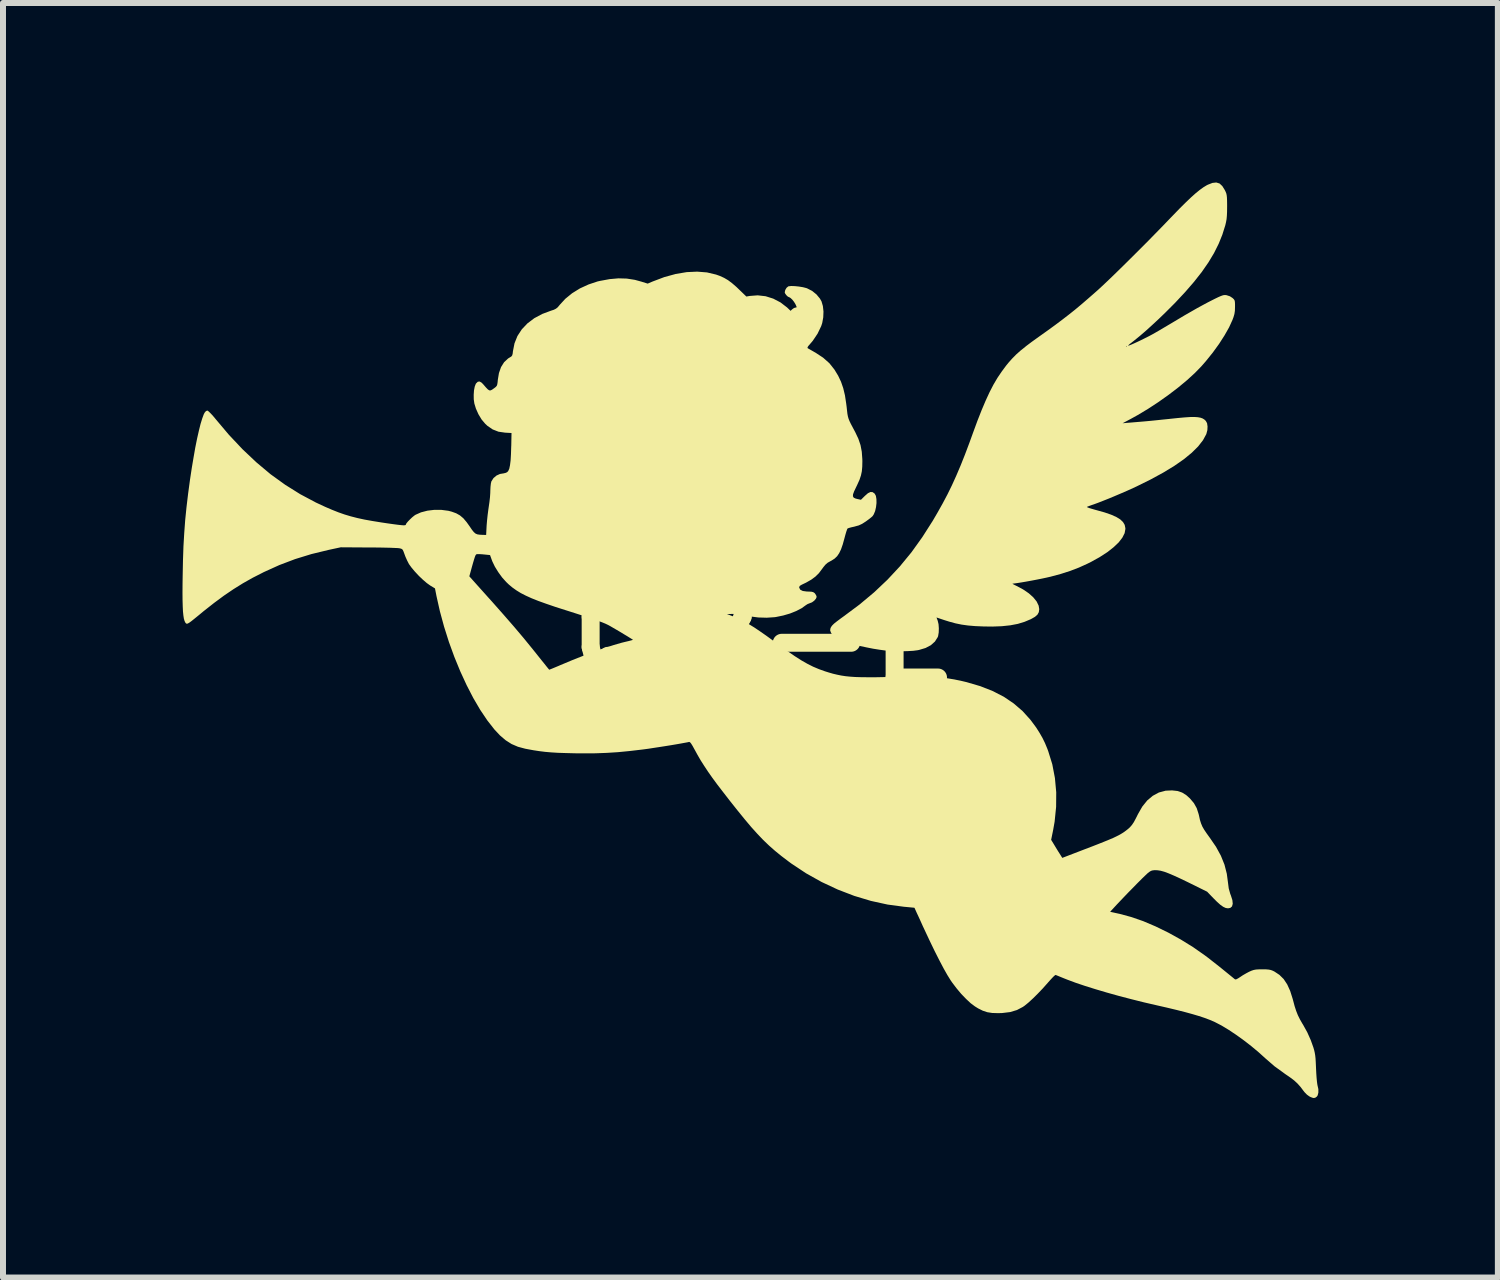
<source format=kicad_pcb>
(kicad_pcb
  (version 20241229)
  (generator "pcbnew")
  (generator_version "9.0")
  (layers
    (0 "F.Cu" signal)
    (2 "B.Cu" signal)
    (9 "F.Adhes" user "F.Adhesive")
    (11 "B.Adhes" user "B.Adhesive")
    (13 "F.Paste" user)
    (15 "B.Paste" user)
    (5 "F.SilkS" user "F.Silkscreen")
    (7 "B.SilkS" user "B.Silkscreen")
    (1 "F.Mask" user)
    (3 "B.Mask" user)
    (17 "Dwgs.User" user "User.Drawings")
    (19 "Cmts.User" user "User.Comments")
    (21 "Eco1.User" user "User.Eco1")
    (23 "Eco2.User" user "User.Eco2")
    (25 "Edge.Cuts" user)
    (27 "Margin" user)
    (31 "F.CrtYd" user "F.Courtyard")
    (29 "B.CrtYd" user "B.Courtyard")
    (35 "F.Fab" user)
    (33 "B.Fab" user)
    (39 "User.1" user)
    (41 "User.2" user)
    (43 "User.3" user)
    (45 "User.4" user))
  (footprint "QP-L"
    (layer "F.Cu")
    (at 9.652 7.584)
    (property "Reference" "QP-L" (at 0 0 0) (layer "F.SilkS") (effects (font (size 1.524 1.524) (thickness 0.3))))
    (attr board_only exclude_from_pos_files exclude_from_bom)
    (fp_poly (pts (xy 7.681 -7.567) (xy 7.727 -7.524) (xy 7.768 -7.458) (xy 7.783 -7.427) (xy 7.794 -7.399) (xy 7.8 -7.37) (xy 7.804 -7.334) (xy 7.806 -7.285) (xy 7.807 -7.217) (xy 7.807 -7.18) (xy 7.806 -7.093) (xy 7.803 -7.026) (xy 7.798 -6.971) (xy 7.789 -6.922) (xy 7.777 -6.87) (xy 7.776 -6.867) (xy 7.727 -6.711) (xy 7.665 -6.558) (xy 7.588 -6.404) (xy 7.495 -6.249) (xy 7.384 -6.089) (xy 7.255 -5.925) (xy 7.106 -5.753) (xy 6.936 -5.571) (xy 6.771 -5.406) (xy 6.662 -5.301) (xy 6.552 -5.199) (xy 6.446 -5.103) (xy 6.347 -5.018) (xy 6.26 -4.947) (xy 6.214 -4.911) (xy 6.18 -4.885) (xy 6.158 -4.865) (xy 6.152 -4.857) (xy 6.166 -4.859) (xy 6.2 -4.872) (xy 6.248 -4.893) (xy 6.307 -4.92) (xy 6.372 -4.951) (xy 6.438 -4.984) (xy 6.502 -5.016) (xy 6.556 -5.045) (xy 6.604 -5.072) (xy 6.67 -5.11) (xy 6.749 -5.157) (xy 6.837 -5.209) (xy 6.928 -5.263) (xy 7 -5.306) (xy 7.097 -5.364) (xy 7.2 -5.423) (xy 7.303 -5.482) (xy 7.4 -5.535) (xy 7.484 -5.58) (xy 7.527 -5.602) (xy 7.604 -5.641) (xy 7.662 -5.669) (xy 7.704 -5.687) (xy 7.735 -5.698) (xy 7.759 -5.703) (xy 7.781 -5.703) (xy 7.799 -5.7) (xy 7.854 -5.682) (xy 7.898 -5.653) (xy 7.919 -5.633) (xy 7.931 -5.615) (xy 7.937 -5.59) (xy 7.939 -5.552) (xy 7.939 -5.504) (xy 7.937 -5.439) (xy 7.929 -5.386) (xy 7.913 -5.331) (xy 7.896 -5.286) (xy 7.84 -5.163) (xy 7.764 -5.029) (xy 7.673 -4.887) (xy 7.568 -4.742) (xy 7.452 -4.598) (xy 7.378 -4.513) (xy 7.268 -4.4) (xy 7.138 -4.281) (xy 6.99 -4.158) (xy 6.829 -4.035) (xy 6.66 -3.915) (xy 6.486 -3.801) (xy 6.311 -3.696) (xy 6.199 -3.634) (xy 6.06 -3.56) (xy 6.133 -3.567) (xy 6.176 -3.57) (xy 6.236 -3.575) (xy 6.307 -3.581) (xy 6.38 -3.587) (xy 6.448 -3.593) (xy 6.534 -3.601) (xy 6.633 -3.611) (xy 6.737 -3.622) (xy 6.838 -3.632) (xy 6.853 -3.634) (xy 6.987 -3.648) (xy 7.098 -3.658) (xy 7.188 -3.664) (xy 7.26 -3.665) (xy 7.317 -3.661) (xy 7.362 -3.653) (xy 7.398 -3.64) (xy 7.427 -3.622) (xy 7.451 -3.599) (xy 7.472 -3.561) (xy 7.48 -3.506) (xy 7.477 -3.445) (xy 7.461 -3.385) (xy 7.459 -3.378) (xy 7.404 -3.277) (xy 7.323 -3.173) (xy 7.216 -3.067) (xy 7.083 -2.958) (xy 6.925 -2.848) (xy 6.741 -2.736) (xy 6.532 -2.622) (xy 6.298 -2.506) (xy 6.238 -2.478) (xy 6.145 -2.436) (xy 6.044 -2.392) (xy 5.938 -2.347) (xy 5.833 -2.303) (xy 5.735 -2.264) (xy 5.648 -2.23) (xy 5.577 -2.204) (xy 5.547 -2.194) (xy 5.505 -2.179) (xy 5.474 -2.167) (xy 5.463 -2.161) (xy 5.472 -2.155) (xy 5.502 -2.143) (xy 5.549 -2.129) (xy 5.608 -2.112) (xy 5.623 -2.108) (xy 5.759 -2.07) (xy 5.869 -2.032) (xy 5.956 -1.993) (xy 6.021 -1.953) (xy 6.067 -1.909) (xy 6.095 -1.862) (xy 6.106 -1.809) (xy 6.107 -1.794) (xy 6.094 -1.723) (xy 6.056 -1.648) (xy 5.995 -1.569) (xy 5.911 -1.489) (xy 5.807 -1.407) (xy 5.682 -1.326) (xy 5.539 -1.246) (xy 5.473 -1.213) (xy 5.33 -1.148) (xy 5.184 -1.092) (xy 5.028 -1.042) (xy 4.854 -0.995) (xy 4.849 -0.994) (xy 4.788 -0.98) (xy 4.713 -0.964) (xy 4.628 -0.947) (xy 4.539 -0.93) (xy 4.451 -0.914) (xy 4.369 -0.9) (xy 4.299 -0.889) (xy 4.246 -0.882) (xy 4.22 -0.879) (xy 4.224 -0.874) (xy 4.248 -0.861) (xy 4.286 -0.842) (xy 4.289 -0.841) (xy 4.397 -0.783) (xy 4.491 -0.719) (xy 4.567 -0.651) (xy 4.623 -0.582) (xy 4.657 -0.512) (xy 4.667 -0.453) (xy 4.66 -0.403) (xy 4.637 -0.361) (xy 4.596 -0.325) (xy 4.531 -0.288) (xy 4.53 -0.287) (xy 4.423 -0.242) (xy 4.309 -0.207) (xy 4.183 -0.183) (xy 4.042 -0.168) (xy 3.882 -0.162) (xy 3.733 -0.164) (xy 3.595 -0.17) (xy 3.476 -0.18) (xy 3.369 -0.195) (xy 3.267 -0.216) (xy 3.161 -0.245) (xy 3.078 -0.271) (xy 2.95 -0.314) (xy 2.97 -0.26) (xy 2.984 -0.202) (xy 2.989 -0.133) (xy 2.987 -0.064) (xy 2.977 -0.004) (xy 2.97 0.015) (xy 2.924 0.088) (xy 2.856 0.149) (xy 2.767 0.196) (xy 2.657 0.229) (xy 2.63 0.234) (xy 2.56 0.243) (xy 2.472 0.248) (xy 2.372 0.251) (xy 2.269 0.25) (xy 2.171 0.245) (xy 2.093 0.238) (xy 1.998 0.225) (xy 1.891 0.208) (xy 1.78 0.186) (xy 1.669 0.162) (xy 1.563 0.136) (xy 1.469 0.111) (xy 1.391 0.086) (xy 1.344 0.069) (xy 1.28 0.034) (xy 1.228 -0.007) (xy 1.191 -0.05) (xy 1.174 -0.092) (xy 1.173 -0.1) (xy 1.176 -0.127) (xy 1.186 -0.152) (xy 1.205 -0.179) (xy 1.237 -0.211) (xy 1.285 -0.249) (xy 1.35 -0.298) (xy 1.396 -0.331) (xy 1.663 -0.53) (xy 1.907 -0.734) (xy 2.13 -0.945) (xy 2.337 -1.167) (xy 2.531 -1.403) (xy 2.713 -1.657) (xy 2.889 -1.933) (xy 2.967 -2.067) (xy 3.053 -2.22) (xy 3.133 -2.371) (xy 3.208 -2.524) (xy 3.28 -2.683) (xy 3.352 -2.852) (xy 3.425 -3.035) (xy 3.501 -3.237) (xy 3.56 -3.4) (xy 3.634 -3.601) (xy 3.704 -3.779) (xy 3.771 -3.937) (xy 3.836 -4.078) (xy 3.901 -4.204) (xy 3.968 -4.318) (xy 4.039 -4.423) (xy 4.113 -4.523) (xy 4.158 -4.578) (xy 4.217 -4.644) (xy 4.281 -4.709) (xy 4.354 -4.774) (xy 4.44 -4.843) (xy 4.444 -4.847) (xy 6.12 -4.847) (xy 6.127 -4.84) (xy 6.133 -4.847) (xy 6.127 -4.853) (xy 6.12 -4.847) (xy 4.444 -4.847) (xy 4.541 -4.92) (xy 4.658 -5.004) (xy 4.804 -5.108) (xy 4.932 -5.201) (xy 5.048 -5.288) (xy 5.157 -5.372) (xy 5.264 -5.457) (xy 5.373 -5.548) (xy 5.49 -5.649) (xy 5.619 -5.762) (xy 5.645 -5.785) (xy 5.709 -5.844) (xy 5.79 -5.92) (xy 5.885 -6.011) (xy 5.991 -6.114) (xy 6.107 -6.228) (xy 6.229 -6.349) (xy 6.356 -6.476) (xy 6.486 -6.606) (xy 6.615 -6.738) (xy 6.742 -6.868) (xy 6.864 -6.995) (xy 6.898 -7.03) (xy 7.014 -7.15) (xy 7.116 -7.251) (xy 7.204 -7.335) (xy 7.281 -7.404) (xy 7.35 -7.46) (xy 7.411 -7.504) (xy 7.467 -7.538) (xy 7.485 -7.547) (xy 7.562 -7.577) (xy 7.626 -7.584)) (stroke (width 0) (type solid)) (fill yes) (layer "F.SilkS"))
    (fp_poly (pts (xy -0.886 -6.081) (xy -0.734 -6.045) (xy -0.67 -6.022) (xy -0.6 -5.99) (xy -0.535 -5.952) (xy -0.468 -5.902) (xy -0.394 -5.838) (xy -0.344 -5.79) (xy -0.228 -5.678) (xy -0.17 -5.688) (xy -0.038 -5.698) (xy 0.094 -5.683) (xy 0.221 -5.643) (xy 0.342 -5.58) (xy 0.453 -5.495) (xy 0.459 -5.489) (xy 0.511 -5.439) (xy 0.54 -5.466) (xy 0.568 -5.486) (xy 0.591 -5.493) (xy 0.608 -5.495) (xy 0.612 -5.505) (xy 0.602 -5.529) (xy 0.592 -5.551) (xy 0.568 -5.59) (xy 0.539 -5.627) (xy 0.51 -5.654) (xy 0.488 -5.667) (xy 0.486 -5.667) (xy 0.465 -5.677) (xy 0.44 -5.701) (xy 0.42 -5.729) (xy 0.413 -5.748) (xy 0.422 -5.787) (xy 0.444 -5.824) (xy 0.472 -5.847) (xy 0.478 -5.849) (xy 0.521 -5.854) (xy 0.582 -5.852) (xy 0.65 -5.845) (xy 0.718 -5.834) (xy 0.776 -5.819) (xy 0.789 -5.814) (xy 0.871 -5.772) (xy 0.944 -5.713) (xy 1.002 -5.643) (xy 1.028 -5.597) (xy 1.051 -5.519) (xy 1.061 -5.427) (xy 1.057 -5.329) (xy 1.04 -5.235) (xy 1.023 -5.184) (xy 0.962 -5.057) (xy 0.882 -4.938) (xy 0.837 -4.885) (xy 0.807 -4.851) (xy 0.794 -4.829) (xy 0.796 -4.816) (xy 0.801 -4.812) (xy 0.82 -4.801) (xy 0.857 -4.78) (xy 0.904 -4.753) (xy 0.929 -4.739) (xy 1.055 -4.656) (xy 1.16 -4.563) (xy 1.245 -4.456) (xy 1.246 -4.454) (xy 1.306 -4.355) (xy 1.354 -4.254) (xy 1.391 -4.147) (xy 1.42 -4.026) (xy 1.441 -3.887) (xy 1.448 -3.833) (xy 1.455 -3.768) (xy 1.461 -3.717) (xy 1.469 -3.675) (xy 1.48 -3.636) (xy 1.496 -3.596) (xy 1.519 -3.548) (xy 1.551 -3.488) (xy 1.592 -3.411) (xy 1.644 -3.301) (xy 1.68 -3.195) (xy 1.701 -3.085) (xy 1.71 -2.962) (xy 1.711 -2.927) (xy 1.709 -2.834) (xy 1.702 -2.757) (xy 1.687 -2.687) (xy 1.663 -2.615) (xy 1.626 -2.533) (xy 1.605 -2.489) (xy 1.573 -2.422) (xy 1.555 -2.373) (xy 1.553 -2.34) (xy 1.566 -2.317) (xy 1.594 -2.303) (xy 1.623 -2.295) (xy 1.687 -2.281) (xy 1.754 -2.347) (xy 1.804 -2.391) (xy 1.846 -2.411) (xy 1.882 -2.409) (xy 1.915 -2.385) (xy 1.918 -2.382) (xy 1.937 -2.346) (xy 1.946 -2.291) (xy 1.947 -2.226) (xy 1.939 -2.158) (xy 1.924 -2.092) (xy 1.901 -2.037) (xy 1.882 -2.008) (xy 1.861 -1.989) (xy 1.825 -1.96) (xy 1.78 -1.927) (xy 1.769 -1.919) (xy 1.707 -1.879) (xy 1.651 -1.853) (xy 1.586 -1.835) (xy 1.576 -1.832) (xy 1.526 -1.821) (xy 1.486 -1.81) (xy 1.464 -1.801) (xy 1.462 -1.8) (xy 1.455 -1.784) (xy 1.442 -1.747) (xy 1.427 -1.696) (xy 1.412 -1.64) (xy 1.383 -1.535) (xy 1.354 -1.452) (xy 1.323 -1.388) (xy 1.289 -1.338) (xy 1.247 -1.298) (xy 1.196 -1.265) (xy 1.175 -1.254) (xy 1.131 -1.229) (xy 1.095 -1.198) (xy 1.06 -1.156) (xy 1.036 -1.123) (xy 0.984 -1.054) (xy 0.926 -0.997) (xy 0.857 -0.946) (xy 0.771 -0.897) (xy 0.696 -0.861) (xy 0.665 -0.842) (xy 0.655 -0.821) (xy 0.656 -0.811) (xy 0.673 -0.778) (xy 0.715 -0.757) (xy 0.78 -0.748) (xy 0.808 -0.747) (xy 0.857 -0.745) (xy 0.888 -0.738) (xy 0.911 -0.723) (xy 0.918 -0.716) (xy 0.938 -0.686) (xy 0.947 -0.658) (xy 0.935 -0.628) (xy 0.907 -0.595) (xy 0.869 -0.567) (xy 0.833 -0.553) (xy 0.795 -0.538) (xy 0.767 -0.52) (xy 0.696 -0.469) (xy 0.606 -0.422) (xy 0.501 -0.38) (xy 0.388 -0.347) (xy 0.272 -0.323) (xy 0.247 -0.319) (xy 0.113 -0.31) (xy -0.028 -0.314) (xy -0.165 -0.332) (xy -0.233 -0.347) (xy -0.336 -0.366) (xy -0.441 -0.373) (xy -0.445 -0.373) (xy -0.553 -0.372) (xy -0.47 -0.34) (xy -0.396 -0.31) (xy -0.325 -0.278) (xy -0.253 -0.241) (xy -0.177 -0.197) (xy -0.094 -0.146) (xy -0.002 -0.084) (xy 0.103 -0.011) (xy 0.223 0.076) (xy 0.326 0.151) (xy 0.461 0.25) (xy 0.582 0.333) (xy 0.69 0.402) (xy 0.79 0.459) (xy 0.887 0.508) (xy 0.984 0.549) (xy 1.084 0.585) (xy 1.151 0.606) (xy 1.22 0.626) (xy 1.288 0.642) (xy 1.356 0.656) (xy 1.427 0.667) (xy 1.506 0.675) (xy 1.593 0.681) (xy 1.692 0.684) (xy 1.805 0.685) (xy 1.935 0.685) (xy 2.086 0.682) (xy 2.259 0.677) (xy 2.347 0.675) (xy 2.536 0.671) (xy 2.704 0.671) (xy 2.854 0.676) (xy 2.992 0.686) (xy 3.123 0.701) (xy 3.25 0.722) (xy 3.378 0.749) (xy 3.454 0.767) (xy 3.682 0.834) (xy 3.888 0.915) (xy 4.073 1.01) (xy 4.239 1.122) (xy 4.388 1.25) (xy 4.52 1.396) (xy 4.615 1.524) (xy 4.674 1.617) (xy 4.722 1.701) (xy 4.763 1.785) (xy 4.803 1.882) (xy 4.817 1.92) (xy 4.885 2.139) (xy 4.929 2.369) (xy 4.951 2.608) (xy 4.949 2.852) (xy 4.924 3.099) (xy 4.9 3.235) (xy 4.866 3.402) (xy 4.916 3.484) (xy 4.949 3.539) (xy 4.984 3.596) (xy 5.009 3.635) (xy 5.052 3.704) (xy 5.414 3.565) (xy 5.55 3.513) (xy 5.665 3.468) (xy 5.76 3.43) (xy 5.838 3.398) (xy 5.902 3.371) (xy 5.954 3.346) (xy 5.998 3.324) (xy 6.035 3.303) (xy 6.069 3.282) (xy 6.091 3.267) (xy 6.141 3.229) (xy 6.182 3.193) (xy 6.216 3.154) (xy 6.249 3.105) (xy 6.283 3.041) (xy 6.317 2.973) (xy 6.389 2.847) (xy 6.472 2.744) (xy 6.565 2.666) (xy 6.667 2.611) (xy 6.779 2.581) (xy 6.887 2.576) (xy 6.978 2.586) (xy 7.055 2.612) (xy 7.125 2.656) (xy 7.185 2.71) (xy 7.252 2.789) (xy 7.299 2.873) (xy 7.331 2.972) (xy 7.338 3.001) (xy 7.353 3.07) (xy 7.371 3.127) (xy 7.393 3.18) (xy 7.424 3.234) (xy 7.466 3.296) (xy 7.515 3.364) (xy 7.621 3.518) (xy 7.703 3.668) (xy 7.763 3.817) (xy 7.802 3.97) (xy 7.821 4.113) (xy 7.834 4.214) (xy 7.859 4.304) (xy 7.87 4.332) (xy 7.895 4.41) (xy 7.901 4.471) (xy 7.889 4.515) (xy 7.86 4.54) (xy 7.822 4.547) (xy 7.783 4.541) (xy 7.742 4.522) (xy 7.694 4.488) (xy 7.636 4.436) (xy 7.58 4.38) (xy 7.473 4.269) (xy 7.147 4.108) (xy 7.022 4.048) (xy 6.917 4) (xy 6.83 3.963) (xy 6.758 3.936) (xy 6.697 3.919) (xy 6.645 3.911) (xy 6.599 3.909) (xy 6.569 3.912) (xy 6.549 3.916) (xy 6.53 3.924) (xy 6.507 3.938) (xy 6.479 3.96) (xy 6.443 3.994) (xy 6.395 4.04) (xy 6.333 4.102) (xy 6.298 4.137) (xy 6.228 4.209) (xy 6.155 4.283) (xy 6.086 4.355) (xy 6.024 4.42) (xy 5.976 4.471) (xy 5.968 4.479) (xy 5.852 4.605) (xy 6.016 4.641) (xy 6.204 4.692) (xy 6.404 4.761) (xy 6.611 4.849) (xy 6.822 4.952) (xy 7.032 5.068) (xy 7.239 5.196) (xy 7.433 5.332) (xy 7.492 5.376) (xy 7.563 5.432) (xy 7.64 5.492) (xy 7.715 5.552) (xy 7.747 5.578) (xy 7.806 5.626) (xy 7.859 5.669) (xy 7.902 5.704) (xy 7.93 5.727) (xy 7.941 5.735) (xy 7.959 5.734) (xy 7.99 5.718) (xy 8.021 5.698) (xy 8.069 5.666) (xy 8.128 5.632) (xy 8.173 5.608) (xy 8.216 5.589) (xy 8.252 5.577) (xy 8.29 5.57) (xy 8.339 5.567) (xy 8.393 5.567) (xy 8.457 5.567) (xy 8.503 5.571) (xy 8.538 5.578) (xy 8.57 5.59) (xy 8.598 5.604) (xy 8.681 5.659) (xy 8.752 5.729) (xy 8.811 5.818) (xy 8.861 5.928) (xy 8.903 6.061) (xy 8.909 6.083) (xy 8.935 6.181) (xy 8.961 6.261) (xy 8.989 6.332) (xy 9.023 6.401) (xy 9.067 6.478) (xy 9.074 6.488) (xy 9.146 6.618) (xy 9.205 6.75) (xy 9.248 6.87) (xy 9.261 6.914) (xy 9.271 6.957) (xy 9.279 7.003) (xy 9.285 7.058) (xy 9.289 7.128) (xy 9.293 7.219) (xy 9.293 7.22) (xy 9.297 7.301) (xy 9.302 7.375) (xy 9.308 7.439) (xy 9.314 7.485) (xy 9.318 7.507) (xy 9.332 7.569) (xy 9.332 7.628) (xy 9.32 7.674) (xy 9.307 7.693) (xy 9.278 7.714) (xy 9.246 7.717) (xy 9.204 7.702) (xy 9.181 7.69) (xy 9.141 7.661) (xy 9.101 7.62) (xy 9.085 7.6) (xy 9.034 7.532) (xy 8.984 7.476) (xy 8.929 7.425) (xy 8.863 7.375) (xy 8.78 7.318) (xy 8.773 7.313) (xy 8.598 7.186) (xy 8.446 7.054) (xy 8.333 6.952) (xy 8.211 6.85) (xy 8.083 6.751) (xy 7.955 6.659) (xy 7.83 6.576) (xy 7.714 6.506) (xy 7.61 6.452) (xy 7.59 6.442) (xy 7.514 6.41) (xy 7.429 6.378) (xy 7.335 6.347) (xy 7.227 6.315) (xy 7.103 6.281) (xy 6.961 6.245) (xy 6.798 6.206) (xy 6.627 6.167) (xy 6.415 6.118) (xy 6.204 6.065) (xy 5.997 6.011) (xy 5.797 5.955) (xy 5.608 5.899) (xy 5.432 5.844) (xy 5.275 5.791) (xy 5.138 5.74) (xy 5.08 5.717) (xy 5.026 5.695) (xy 4.98 5.676) (xy 4.95 5.664) (xy 4.94 5.66) (xy 4.927 5.668) (xy 4.9 5.693) (xy 4.864 5.731) (xy 4.821 5.779) (xy 4.807 5.795) (xy 4.726 5.886) (xy 4.643 5.973) (xy 4.562 6.053) (xy 4.487 6.122) (xy 4.422 6.175) (xy 4.393 6.195) (xy 4.294 6.247) (xy 4.18 6.281) (xy 4.048 6.297) (xy 3.98 6.299) (xy 3.881 6.296) (xy 3.798 6.283) (xy 3.723 6.258) (xy 3.645 6.219) (xy 3.592 6.186) (xy 3.521 6.133) (xy 3.444 6.061) (xy 3.363 5.977) (xy 3.285 5.884) (xy 3.213 5.789) (xy 3.188 5.753) (xy 3.132 5.663) (xy 3.068 5.55) (xy 2.997 5.415) (xy 2.918 5.259) (xy 2.834 5.085) (xy 2.744 4.893) (xy 2.719 4.84) (xy 2.682 4.757) (xy 2.648 4.683) (xy 2.619 4.621) (xy 2.598 4.574) (xy 2.585 4.545) (xy 2.581 4.538) (xy 2.568 4.536) (xy 2.534 4.533) (xy 2.483 4.528) (xy 2.42 4.522) (xy 2.407 4.521) (xy 2.132 4.484) (xy 1.854 4.423) (xy 1.575 4.339) (xy 1.299 4.233) (xy 1.03 4.107) (xy 0.769 3.961) (xy 0.522 3.797) (xy 0.476 3.763) (xy 0.359 3.674) (xy 0.252 3.587) (xy 0.151 3.498) (xy 0.053 3.404) (xy -0.045 3.301) (xy -0.148 3.187) (xy -0.258 3.056) (xy -0.379 2.907) (xy -0.379 2.907) (xy -0.506 2.747) (xy -0.616 2.605) (xy -0.713 2.479) (xy -0.797 2.365) (xy -0.87 2.261) (xy -0.934 2.164) (xy -0.992 2.073) (xy -1.043 1.985) (xy -1.091 1.897) (xy -1.093 1.894) (xy -1.127 1.832) (xy -1.152 1.792) (xy -1.17 1.771) (xy -1.184 1.766) (xy -1.185 1.766) (xy -1.211 1.772) (xy -1.26 1.781) (xy -1.326 1.793) (xy -1.406 1.807) (xy -1.495 1.822) (xy -1.589 1.837) (xy -1.685 1.852) (xy -1.777 1.866) (xy -1.861 1.879) (xy -1.934 1.889) (xy -1.965 1.893) (xy -2.178 1.918) (xy -2.373 1.937) (xy -2.561 1.949) (xy -2.75 1.956) (xy -2.949 1.957) (xy -3.093 1.956) (xy -3.244 1.952) (xy -3.374 1.948) (xy -3.488 1.941) (xy -3.591 1.932) (xy -3.688 1.92) (xy -3.786 1.905) (xy -3.889 1.886) (xy -3.925 1.879) (xy -4.045 1.847) (xy -4.152 1.801) (xy -4.251 1.738) (xy -4.347 1.656) (xy -4.437 1.56) (xy -4.557 1.407) (xy -4.676 1.23) (xy -4.792 1.032) (xy -4.903 0.817) (xy -5.009 0.587) (xy -5.108 0.346) (xy -5.199 0.096) (xy -5.28 -0.16) (xy -5.35 -0.418) (xy -5.408 -0.676) (xy -5.408 -0.677) (xy -5.432 -0.8) (xy -5.513 -0.849) (xy -5.57 -0.89) (xy -5.636 -0.947) (xy -5.694 -1.002) (xy -4.858 -1.002) (xy -4.793 -0.929) (xy -4.766 -0.899) (xy -4.725 -0.853) (xy -4.672 -0.794) (xy -4.611 -0.726) (xy -4.544 -0.651) (xy -4.478 -0.578) (xy -4.287 -0.362) (xy -4.111 -0.16) (xy -3.948 0.033) (xy -3.794 0.222) (xy -3.703 0.336) (xy -3.651 0.401) (xy -3.604 0.459) (xy -3.566 0.507) (xy -3.538 0.541) (xy -3.524 0.558) (xy -3.523 0.559) (xy -3.509 0.554) (xy -3.476 0.541) (xy -3.428 0.521) (xy -3.368 0.496) (xy -3.343 0.485) (xy -3.14 0.4) (xy -2.946 0.323) (xy -2.764 0.254) (xy -2.595 0.195) (xy -2.443 0.146) (xy -2.311 0.108) (xy -2.25 0.093) (xy -2.195 0.08) (xy -2.153 0.069) (xy -2.128 0.062) (xy -2.123 0.06) (xy -2.138 0.049) (xy -2.172 0.028) (xy -2.22 -0.002) (xy -2.277 -0.036) (xy -2.338 -0.073) (xy -2.399 -0.109) (xy -2.456 -0.142) (xy -2.502 -0.169) (xy -2.535 -0.187) (xy -2.543 -0.191) (xy -2.585 -0.211) (xy -2.644 -0.235) (xy -2.721 -0.263) (xy -2.817 -0.296) (xy -2.934 -0.335) (xy -3.073 -0.38) (xy -3.236 -0.432) (xy -3.246 -0.435) (xy -3.421 -0.491) (xy -3.573 -0.543) (xy -3.704 -0.59) (xy -3.817 -0.635) (xy -3.914 -0.679) (xy -3.998 -0.722) (xy -4.071 -0.767) (xy -4.137 -0.814) (xy -4.197 -0.864) (xy -4.242 -0.907) (xy -4.31 -0.983) (xy -4.374 -1.071) (xy -4.431 -1.163) (xy -4.473 -1.25) (xy -4.481 -1.271) (xy -4.512 -1.357) (xy -4.591 -1.365) (xy -4.642 -1.37) (xy -4.689 -1.373) (xy -4.712 -1.373) (xy -4.726 -1.373) (xy -4.737 -1.371) (xy -4.746 -1.365) (xy -4.756 -1.35) (xy -4.766 -1.324) (xy -4.779 -1.283) (xy -4.796 -1.226) (xy -4.818 -1.148) (xy -4.837 -1.078) (xy -4.858 -1.002) (xy -5.694 -1.002) (xy -5.705 -1.013) (xy -5.77 -1.083) (xy -5.826 -1.15) (xy -5.867 -1.207) (xy -5.897 -1.265) (xy -5.926 -1.33) (xy -5.942 -1.373) (xy -5.959 -1.419) (xy -5.972 -1.446) (xy -5.989 -1.46) (xy -6.013 -1.468) (xy -6.029 -1.471) (xy -6.056 -1.474) (xy -6.106 -1.476) (xy -6.175 -1.479) (xy -6.261 -1.481) (xy -6.359 -1.483) (xy -6.465 -1.484) (xy -6.547 -1.484) (xy -7.007 -1.487) (xy -7.207 -1.444) (xy -7.496 -1.374) (xy -7.769 -1.29) (xy -8.033 -1.19) (xy -8.296 -1.071) (xy -8.305 -1.066) (xy -8.478 -0.978) (xy -8.641 -0.886) (xy -8.8 -0.787) (xy -8.959 -0.679) (xy -9.124 -0.557) (xy -9.298 -0.42) (xy -9.38 -0.352) (xy -9.449 -0.296) (xy -9.5 -0.255) (xy -9.537 -0.228) (xy -9.563 -0.213) (xy -9.58 -0.209) (xy -9.593 -0.215) (xy -9.604 -0.227) (xy -9.605 -0.23) (xy -9.618 -0.257) (xy -9.629 -0.295) (xy -9.637 -0.347) (xy -9.644 -0.415) (xy -9.648 -0.5) (xy -9.651 -0.605) (xy -9.652 -0.731) (xy -9.651 -0.88) (xy -9.649 -1.013) (xy -9.644 -1.267) (xy -9.636 -1.502) (xy -9.623 -1.723) (xy -9.607 -1.94) (xy -9.585 -2.157) (xy -9.558 -2.383) (xy -9.526 -2.62) (xy -9.497 -2.811) (xy -9.467 -2.989) (xy -9.438 -3.155) (xy -9.408 -3.304) (xy -9.378 -3.436) (xy -9.35 -3.549) (xy -9.322 -3.64) (xy -9.297 -3.708) (xy -9.282 -3.737) (xy -9.261 -3.762) (xy -9.238 -3.773) (xy -9.238 -3.773) (xy -9.221 -3.763) (xy -9.191 -3.735) (xy -9.151 -3.693) (xy -9.106 -3.64) (xy -9.104 -3.637) (xy -8.877 -3.368) (xy -8.648 -3.125) (xy -8.416 -2.906) (xy -8.18 -2.708) (xy -7.936 -2.532) (xy -7.685 -2.375) (xy -7.422 -2.235) (xy -7.265 -2.162) (xy -7.151 -2.113) (xy -7.045 -2.071) (xy -6.942 -2.035) (xy -6.838 -2.004) (xy -6.729 -1.976) (xy -6.609 -1.95) (xy -6.475 -1.926) (xy -6.32 -1.901) (xy -6.226 -1.887) (xy -6.126 -1.873) (xy -6.05 -1.863) (xy -5.994 -1.857) (xy -5.956 -1.854) (xy -5.933 -1.856) (xy -5.922 -1.86) (xy -5.92 -1.865) (xy -5.911 -1.885) (xy -5.886 -1.916) (xy -5.851 -1.952) (xy -5.813 -1.988) (xy -5.776 -2.018) (xy -5.756 -2.031) (xy -5.666 -2.071) (xy -5.558 -2.099) (xy -5.442 -2.113) (xy -5.322 -2.112) (xy -5.208 -2.097) (xy -5.151 -2.082) (xy -5.077 -2.055) (xy -5.015 -2.02) (xy -4.958 -1.972) (xy -4.903 -1.907) (xy -4.855 -1.84) (xy -4.815 -1.781) (xy -4.783 -1.741) (xy -4.754 -1.716) (xy -4.723 -1.703) (xy -4.683 -1.697) (xy -4.639 -1.695) (xy -4.577 -1.693) (xy -4.569 -1.85) (xy -4.562 -1.933) (xy -4.552 -2.027) (xy -4.54 -2.119) (xy -4.533 -2.167) (xy -4.522 -2.243) (xy -4.513 -2.322) (xy -4.508 -2.395) (xy -4.507 -2.437) (xy -4.504 -2.499) (xy -4.498 -2.553) (xy -4.489 -2.59) (xy -4.488 -2.591) (xy -4.454 -2.644) (xy -4.404 -2.686) (xy -4.347 -2.712) (xy -4.336 -2.714) (xy -4.282 -2.723) (xy -4.247 -2.732) (xy -4.226 -2.743) (xy -4.211 -2.758) (xy -4.206 -2.766) (xy -4.19 -2.802) (xy -4.178 -2.86) (xy -4.168 -2.94) (xy -4.162 -3.043) (xy -4.158 -3.172) (xy -4.157 -3.189) (xy -4.153 -3.397) (xy -4.261 -3.403) (xy -4.371 -3.419) (xy -4.468 -3.457) (xy -4.557 -3.518) (xy -4.594 -3.553) (xy -4.653 -3.623) (xy -4.706 -3.711) (xy -4.748 -3.805) (xy -4.774 -3.89) (xy -4.784 -3.96) (xy -4.785 -4.035) (xy -4.78 -4.109) (xy -4.768 -4.172) (xy -4.75 -4.219) (xy -4.745 -4.226) (xy -4.716 -4.254) (xy -4.686 -4.258) (xy -4.652 -4.238) (xy -4.624 -4.209) (xy -4.58 -4.158) (xy -4.549 -4.126) (xy -4.525 -4.11) (xy -4.503 -4.109) (xy -4.478 -4.121) (xy -4.446 -4.144) (xy -4.444 -4.145) (xy -4.417 -4.166) (xy -4.4 -4.185) (xy -4.391 -4.21) (xy -4.385 -4.249) (xy -4.382 -4.284) (xy -4.363 -4.399) (xy -4.328 -4.499) (xy -4.277 -4.58) (xy -4.211 -4.642) (xy -4.182 -4.66) (xy -4.157 -4.675) (xy -4.142 -4.694) (xy -4.134 -4.722) (xy -4.129 -4.765) (xy -4.103 -4.896) (xy -4.054 -5.018) (xy -3.981 -5.13) (xy -3.887 -5.229) (xy -3.772 -5.316) (xy -3.639 -5.387) (xy -3.497 -5.44) (xy -3.445 -5.457) (xy -3.41 -5.475) (xy -3.381 -5.498) (xy -3.35 -5.535) (xy -3.347 -5.539) (xy -3.254 -5.64) (xy -3.14 -5.733) (xy -3.009 -5.814) (xy -2.865 -5.88) (xy -2.715 -5.93) (xy -2.675 -5.939) (xy -2.513 -5.969) (xy -2.366 -5.982) (xy -2.227 -5.978) (xy -2.092 -5.957) (xy -1.979 -5.926) (xy -1.877 -5.894) (xy -1.795 -5.929) (xy -1.599 -6.003) (xy -1.409 -6.055) (xy -1.225 -6.086) (xy -1.05 -6.094)) (stroke (width 0) (type solid)) (fill yes) (layer "F.SilkS")))
  (gr_rect
    (start -3 -3)
    (end 21.984 18.301)
    (stroke (width 0.1) (type default))
    (fill no)
    (layer "Edge.Cuts")))
</source>
